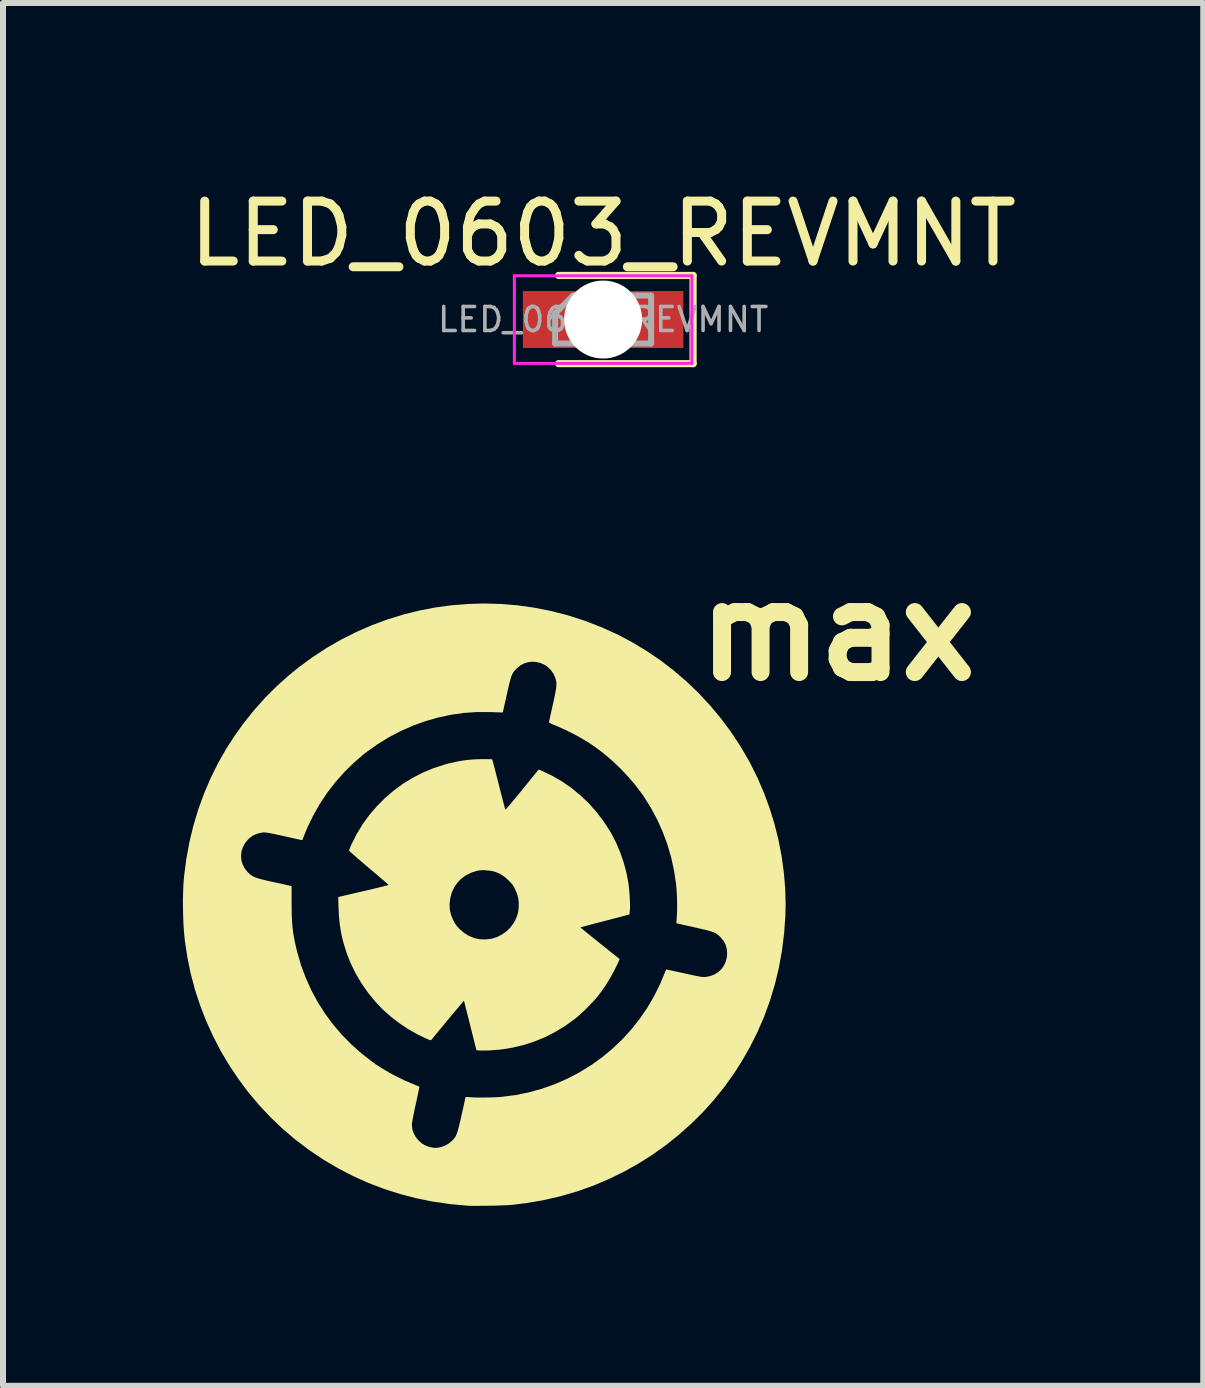
<source format=kicad_pcb>
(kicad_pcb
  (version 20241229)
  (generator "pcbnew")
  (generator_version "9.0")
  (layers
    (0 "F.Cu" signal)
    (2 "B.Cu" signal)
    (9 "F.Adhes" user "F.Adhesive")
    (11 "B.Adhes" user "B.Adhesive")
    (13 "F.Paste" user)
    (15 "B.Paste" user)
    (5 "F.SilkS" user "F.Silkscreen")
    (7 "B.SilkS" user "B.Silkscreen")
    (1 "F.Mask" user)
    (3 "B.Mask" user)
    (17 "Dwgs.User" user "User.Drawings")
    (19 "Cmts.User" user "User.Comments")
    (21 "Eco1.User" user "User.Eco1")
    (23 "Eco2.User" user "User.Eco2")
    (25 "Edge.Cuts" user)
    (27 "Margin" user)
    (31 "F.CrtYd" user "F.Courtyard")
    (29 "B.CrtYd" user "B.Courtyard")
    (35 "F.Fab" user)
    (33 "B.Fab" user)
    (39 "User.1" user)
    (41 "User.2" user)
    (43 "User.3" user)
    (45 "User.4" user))
  (footprint "LED_0603_REVMNT"
    (layer "F.Cu")
    (at 7.006 2.278)
    (property "Reference" "LED_0603_REVMNT" (at 0 -1.43 0) (layer "F.SilkS") (effects (font (size 1 1) (thickness 0.15))))
    (attr smd)
    (fp_line (start -0.743 0.735) (end 1.5 0.735) (stroke (width 0.12) (type solid)) (layer "F.SilkS"))
    (fp_line (start 1.5 -0.735) (end -0.743 -0.735) (stroke (width 0.12) (type solid)) (layer "F.SilkS"))
    (fp_line (start 1.5 -0.735) (end 1.5 0.735) (stroke (width 0.12) (type solid)) (layer "F.SilkS"))
    (fp_line (start -1.48 -0.73) (end 1.48 -0.73) (stroke (width 0.05) (type solid)) (layer "F.CrtYd"))
    (fp_line (start -1.48 0.73) (end -1.48 -0.73) (stroke (width 0.05) (type solid)) (layer "F.CrtYd"))
    (fp_line (start 1.48 -0.73) (end 1.48 0.73) (stroke (width 0.05) (type solid)) (layer "F.CrtYd"))
    (fp_line (start 1.48 0.73) (end -1.48 0.73) (stroke (width 0.05) (type solid)) (layer "F.CrtYd"))
    (fp_line (start -0.8 -0.1) (end -0.8 0.4) (stroke (width 0.1) (type solid)) (layer "F.Fab"))
    (fp_line (start -0.8 0.4) (end 0.8 0.4) (stroke (width 0.1) (type solid)) (layer "F.Fab"))
    (fp_line (start -0.5 -0.4) (end -0.8 -0.1) (stroke (width 0.1) (type solid)) (layer "F.Fab"))
    (fp_line (start 0.8 -0.4) (end -0.5 -0.4) (stroke (width 0.1) (type solid)) (layer "F.Fab"))
    (fp_line (start 0.8 0.4) (end 0.8 -0.4) (stroke (width 0.1) (type solid)) (layer "F.Fab"))
    (fp_text user "${REFERENCE}" (at 0 0 0) (layer "F.Fab") (effects (font (size 0.4 0.4) (thickness 0.06))))
    (pad "" np_thru_hole circle (at 0 0) (size 1.3 1.3) (drill 1.3) (layers "*.Cu" "*.Mask"))
    (pad "1" smd rect (at -0.869 0) (size 0.938 0.95) (layers "F.Cu" "F.Mask" "F.Paste"))
    (pad "2" smd rect (at 0.869 0) (size 0.938 0.95) (layers "F.Cu" "F.Mask" "F.Paste")))
  (footprint "max"
    (layer "F.Cu")
    (at 5.017 12.027)
    (property "Reference" "max" (at 5.9 -4.55 0) (layer "F.SilkS") (effects (font (size 1.5 1.5) (thickness 0.3))))
    (attr board_only exclude_from_pos_files exclude_from_bom)
    (fp_poly (pts (xy 0.074 -2.419) (xy 0.108 -2.419) (xy 0.13 -2.418) (xy 0.139 -2.416) (xy 0.139 -2.416) (xy 0.142 -2.408) (xy 0.148 -2.385) (xy 0.158 -2.35) (xy 0.17 -2.304) (xy 0.185 -2.248) (xy 0.201 -2.183) (xy 0.22 -2.112) (xy 0.239 -2.035) (xy 0.249 -1.996) (xy 0.269 -1.917) (xy 0.288 -1.843) (xy 0.306 -1.775) (xy 0.321 -1.715) (xy 0.335 -1.663) (xy 0.346 -1.622) (xy 0.354 -1.593) (xy 0.358 -1.578) (xy 0.359 -1.576) (xy 0.365 -1.581) (xy 0.38 -1.597) (xy 0.403 -1.624) (xy 0.434 -1.659) (xy 0.47 -1.703) (xy 0.512 -1.754) (xy 0.559 -1.81) (xy 0.609 -1.871) (xy 0.64 -1.909) (xy 0.915 -2.247) (xy 0.976 -2.221) (xy 1.146 -2.139) (xy 1.31 -2.044) (xy 1.466 -1.935) (xy 1.614 -1.813) (xy 1.753 -1.68) (xy 1.881 -1.535) (xy 1.999 -1.381) (xy 2.104 -1.218) (xy 2.132 -1.169) (xy 2.207 -1.023) (xy 2.274 -0.865) (xy 2.33 -0.702) (xy 2.375 -0.536) (xy 2.407 -0.372) (xy 2.409 -0.364) (xy 2.417 -0.303) (xy 2.424 -0.235) (xy 2.43 -0.163) (xy 2.434 -0.092) (xy 2.437 -0.025) (xy 2.438 0.034) (xy 2.437 0.083) (xy 2.435 0.099) (xy 2.429 0.17) (xy 2.021 0.277) (xy 1.943 0.297) (xy 1.87 0.316) (xy 1.803 0.334) (xy 1.744 0.35) (xy 1.694 0.363) (xy 1.655 0.374) (xy 1.627 0.381) (xy 1.613 0.385) (xy 1.611 0.386) (xy 1.617 0.391) (xy 1.634 0.405) (xy 1.661 0.428) (xy 1.697 0.458) (xy 1.741 0.494) (xy 1.792 0.535) (xy 1.849 0.58) (xy 1.91 0.63) (xy 1.936 0.651) (xy 2.263 0.913) (xy 2.254 0.938) (xy 2.248 0.953) (xy 2.236 0.98) (xy 2.219 1.015) (xy 2.199 1.056) (xy 2.18 1.095) (xy 2.109 1.225) (xy 2.03 1.354) (xy 1.944 1.476) (xy 1.905 1.527) (xy 1.862 1.579) (xy 1.809 1.636) (xy 1.751 1.697) (xy 1.69 1.758) (xy 1.629 1.816) (xy 1.572 1.867) (xy 1.53 1.902) (xy 1.367 2.021) (xy 1.198 2.125) (xy 1.023 2.215) (xy 0.842 2.289) (xy 0.656 2.349) (xy 0.465 2.394) (xy 0.27 2.424) (xy 0.072 2.438) (xy -0.006 2.439) (xy -0.055 2.439) (xy -0.09 2.437) (xy -0.111 2.435) (xy -0.122 2.431) (xy -0.124 2.429) (xy -0.127 2.42) (xy -0.133 2.396) (xy -0.142 2.36) (xy -0.154 2.313) (xy -0.168 2.256) (xy -0.184 2.192) (xy -0.202 2.12) (xy -0.221 2.044) (xy -0.228 2.015) (xy -0.248 1.938) (xy -0.266 1.865) (xy -0.283 1.798) (xy -0.298 1.74) (xy -0.31 1.69) (xy -0.32 1.651) (xy -0.327 1.624) (xy -0.331 1.61) (xy -0.332 1.609) (xy -0.337 1.615) (xy -0.351 1.631) (xy -0.374 1.658) (xy -0.403 1.693) (xy -0.438 1.735) (xy -0.478 1.782) (xy -0.522 1.835) (xy -0.569 1.89) (xy -0.617 1.948) (xy -0.665 2.007) (xy -0.713 2.064) (xy -0.759 2.12) (xy -0.803 2.173) (xy -0.842 2.221) (xy -0.872 2.257) (xy -0.879 2.264) (xy -0.887 2.267) (xy -0.899 2.265) (xy -0.919 2.257) (xy -0.95 2.244) (xy -0.952 2.243) (xy -1.106 2.17) (xy -1.259 2.083) (xy -1.406 1.985) (xy -1.547 1.877) (xy -1.677 1.762) (xy -1.79 1.645) (xy -1.92 1.489) (xy -2.035 1.327) (xy -2.135 1.158) (xy -2.221 0.983) (xy -2.292 0.801) (xy -2.349 0.612) (xy -2.369 0.527) (xy -2.39 0.416) (xy -2.406 0.302) (xy -2.417 0.18) (xy -2.422 0.058) (xy -2.424 0.007) (xy -0.57 0.007) (xy -0.569 0.069) (xy -0.561 0.123) (xy -0.547 0.176) (xy -0.525 0.232) (xy -0.507 0.271) (xy -0.487 0.309) (xy -0.468 0.34) (xy -0.445 0.369) (xy -0.415 0.401) (xy -0.401 0.416) (xy -0.326 0.48) (xy -0.245 0.529) (xy -0.159 0.564) (xy -0.068 0.583) (xy 0.026 0.587) (xy 0.124 0.575) (xy 0.143 0.571) (xy 0.226 0.544) (xy 0.305 0.503) (xy 0.379 0.45) (xy 0.443 0.387) (xy 0.496 0.316) (xy 0.523 0.268) (xy 0.548 0.211) (xy 0.565 0.159) (xy 0.576 0.105) (xy 0.582 0.043) (xy 0.582 0.038) (xy 0.582 -0.037) (xy 0.573 -0.106) (xy 0.554 -0.173) (xy 0.524 -0.245) (xy 0.523 -0.249) (xy 0.505 -0.284) (xy 0.488 -0.313) (xy 0.468 -0.339) (xy 0.442 -0.367) (xy 0.413 -0.397) (xy 0.345 -0.458) (xy 0.275 -0.504) (xy 0.202 -0.536) (xy 0.123 -0.557) (xy 0.034 -0.566) (xy 0.032 -0.567) (xy -0.014 -0.568) (xy -0.049 -0.567) (xy -0.08 -0.564) (xy -0.113 -0.557) (xy -0.128 -0.554) (xy -0.22 -0.523) (xy -0.304 -0.479) (xy -0.378 -0.424) (xy -0.442 -0.358) (xy -0.493 -0.283) (xy -0.533 -0.2) (xy -0.558 -0.11) (xy -0.57 -0.015) (xy -0.57 0.007) (xy -2.424 0.007) (xy -2.427 -0.119) (xy -2.4 -0.127) (xy -2.387 -0.13) (xy -2.36 -0.136) (xy -2.321 -0.146) (xy -2.27 -0.157) (xy -2.211 -0.171) (xy -2.144 -0.187) (xy -2.071 -0.204) (xy -1.994 -0.222) (xy -1.979 -0.225) (xy -1.902 -0.243) (xy -1.83 -0.26) (xy -1.765 -0.276) (xy -1.708 -0.29) (xy -1.66 -0.302) (xy -1.623 -0.311) (xy -1.598 -0.318) (xy -1.587 -0.322) (xy -1.587 -0.322) (xy -1.593 -0.328) (xy -1.61 -0.344) (xy -1.638 -0.367) (xy -1.674 -0.399) (xy -1.718 -0.436) (xy -1.768 -0.479) (xy -1.824 -0.527) (xy -1.885 -0.578) (xy -1.917 -0.605) (xy -1.979 -0.658) (xy -2.037 -0.708) (xy -2.091 -0.754) (xy -2.138 -0.795) (xy -2.179 -0.83) (xy -2.211 -0.859) (xy -2.233 -0.879) (xy -2.245 -0.891) (xy -2.247 -0.893) (xy -2.245 -0.904) (xy -2.237 -0.926) (xy -2.225 -0.957) (xy -2.209 -0.993) (xy -2.207 -0.998) (xy -2.12 -1.17) (xy -2.02 -1.335) (xy -1.908 -1.49) (xy -1.783 -1.635) (xy -1.648 -1.771) (xy -1.503 -1.895) (xy -1.349 -2.008) (xy -1.186 -2.108) (xy -1.015 -2.196) (xy -0.837 -2.27) (xy -0.654 -2.329) (xy -0.596 -2.345) (xy -0.479 -2.372) (xy -0.37 -2.393) (xy -0.264 -2.407) (xy -0.155 -2.416) (xy -0.038 -2.42) (xy -0.015 -2.42) (xy 0.033 -2.42)) (stroke (width 0) (type solid)) (fill yes) (layer "F.SilkS"))
    (fp_poly (pts (xy 0.284 -5.007) (xy 0.56 -4.984) (xy 0.835 -4.946) (xy 1.109 -4.892) (xy 1.381 -4.823) (xy 1.65 -4.738) (xy 1.716 -4.715) (xy 1.978 -4.612) (xy 2.233 -4.496) (xy 2.479 -4.365) (xy 2.718 -4.221) (xy 2.948 -4.065) (xy 3.168 -3.896) (xy 3.379 -3.715) (xy 3.58 -3.522) (xy 3.77 -3.318) (xy 3.949 -3.104) (xy 4.117 -2.879) (xy 4.273 -2.644) (xy 4.416 -2.399) (xy 4.443 -2.349) (xy 4.564 -2.106) (xy 4.672 -1.855) (xy 4.766 -1.599) (xy 4.847 -1.337) (xy 4.913 -1.071) (xy 4.965 -0.803) (xy 5.002 -0.533) (xy 5.025 -0.263) (xy 5.032 0.006) (xy 5.027 0.205) (xy 5.006 0.495) (xy 4.97 0.781) (xy 4.919 1.06) (xy 4.853 1.335) (xy 4.772 1.604) (xy 4.676 1.868) (xy 4.565 2.125) (xy 4.439 2.377) (xy 4.299 2.622) (xy 4.184 2.802) (xy 4.022 3.031) (xy 3.847 3.249) (xy 3.662 3.457) (xy 3.465 3.653) (xy 3.257 3.839) (xy 3.04 4.013) (xy 2.814 4.174) (xy 2.579 4.323) (xy 2.337 4.459) (xy 2.087 4.581) (xy 1.83 4.69) (xy 1.567 4.784) (xy 1.298 4.863) (xy 1.252 4.875) (xy 0.983 4.936) (xy 0.705 4.983) (xy 0.472 5.012) (xy 0.435 5.015) (xy 0.385 5.018) (xy 0.324 5.02) (xy 0.256 5.022) (xy 0.182 5.025) (xy 0.105 5.026) (xy 0.028 5.028) (xy -0.047 5.028) (xy -0.116 5.029) (xy -0.177 5.029) (xy -0.228 5.028) (xy -0.266 5.026) (xy -0.268 5.026) (xy -0.557 5) (xy -0.842 4.959) (xy -1.121 4.903) (xy -1.395 4.832) (xy -1.664 4.746) (xy -1.926 4.646) (xy -2.182 4.531) (xy -2.431 4.402) (xy -2.673 4.259) (xy -2.907 4.102) (xy -3.134 3.931) (xy -3.149 3.919) (xy -3.361 3.738) (xy -3.561 3.547) (xy -3.751 3.344) (xy -3.929 3.132) (xy -4.094 2.91) (xy -4.248 2.68) (xy -4.389 2.442) (xy -4.516 2.196) (xy -4.63 1.944) (xy -4.73 1.687) (xy -4.816 1.424) (xy -4.887 1.157) (xy -4.943 0.886) (xy -4.984 0.612) (xy -4.989 0.567) (xy -5 0.454) (xy -5.008 0.331) (xy -5.013 0.202) (xy -5.016 0.07) (xy -5.017 -0.063) (xy -5.014 -0.191) (xy -5.01 -0.312) (xy -5.002 -0.422) (xy -4.998 -0.465) (xy -4.961 -0.753) (xy -4.95 -0.811) (xy -4.048 -0.811) (xy -4.043 -0.738) (xy -4.023 -0.668) (xy -3.989 -0.601) (xy -3.94 -0.539) (xy -3.932 -0.531) (xy -3.911 -0.51) (xy -3.889 -0.492) (xy -3.867 -0.476) (xy -3.841 -0.462) (xy -3.811 -0.448) (xy -3.774 -0.435) (xy -3.729 -0.422) (xy -3.675 -0.408) (xy -3.609 -0.392) (xy -3.53 -0.374) (xy -3.485 -0.365) (xy -3.205 -0.303) (xy -3.205 -0.018) (xy -3.204 0.098) (xy -3.202 0.201) (xy -3.197 0.295) (xy -3.19 0.382) (xy -3.18 0.464) (xy -3.167 0.547) (xy -3.15 0.631) (xy -3.13 0.722) (xy -3.112 0.795) (xy -3.048 1.015) (xy -2.969 1.227) (xy -2.877 1.432) (xy -2.771 1.629) (xy -2.651 1.818) (xy -2.518 1.999) (xy -2.372 2.17) (xy -2.213 2.333) (xy -2.041 2.486) (xy -1.857 2.629) (xy -1.809 2.664) (xy -1.727 2.718) (xy -1.634 2.774) (xy -1.533 2.831) (xy -1.429 2.885) (xy -1.324 2.936) (xy -1.222 2.98) (xy -1.196 2.991) (xy -1.155 3.007) (xy -1.121 3.022) (xy -1.094 3.033) (xy -1.078 3.04) (xy -1.075 3.042) (xy -1.076 3.05) (xy -1.08 3.073) (xy -1.087 3.107) (xy -1.096 3.152) (xy -1.107 3.205) (xy -1.12 3.266) (xy -1.134 3.331) (xy -1.136 3.337) (xy -1.152 3.411) (xy -1.166 3.479) (xy -1.178 3.539) (xy -1.188 3.591) (xy -1.195 3.632) (xy -1.2 3.661) (xy -1.2 3.672) (xy -1.193 3.746) (xy -1.171 3.815) (xy -1.136 3.879) (xy -1.091 3.936) (xy -1.036 3.985) (xy -0.973 4.023) (xy -0.904 4.049) (xy -0.83 4.061) (xy -0.812 4.062) (xy -0.787 4.061) (xy -0.755 4.057) (xy -0.726 4.051) (xy -0.654 4.028) (xy -0.587 3.991) (xy -0.529 3.943) (xy -0.51 3.923) (xy -0.493 3.903) (xy -0.478 3.881) (xy -0.464 3.857) (xy -0.452 3.828) (xy -0.439 3.792) (xy -0.427 3.749) (xy -0.413 3.695) (xy -0.397 3.63) (xy -0.379 3.553) (xy -0.369 3.505) (xy -0.354 3.439) (xy -0.34 3.379) (xy -0.329 3.325) (xy -0.319 3.28) (xy -0.311 3.245) (xy -0.306 3.223) (xy -0.304 3.214) (xy -0.304 3.214) (xy -0.297 3.213) (xy -0.277 3.214) (xy -0.249 3.216) (xy -0.238 3.216) (xy -0.186 3.22) (xy -0.123 3.222) (xy -0.051 3.222) (xy 0.026 3.222) (xy 0.102 3.221) (xy 0.176 3.219) (xy 0.242 3.216) (xy 0.297 3.211) (xy 0.297 3.211) (xy 0.525 3.182) (xy 0.748 3.137) (xy 0.966 3.077) (xy 1.179 3.002) (xy 1.385 2.912) (xy 1.585 2.808) (xy 1.779 2.689) (xy 1.789 2.683) (xy 1.973 2.551) (xy 2.146 2.407) (xy 2.308 2.253) (xy 2.459 2.088) (xy 2.597 1.913) (xy 2.723 1.73) (xy 2.836 1.538) (xy 2.935 1.339) (xy 2.994 1.199) (xy 3.009 1.161) (xy 3.022 1.128) (xy 3.032 1.103) (xy 3.038 1.09) (xy 3.039 1.088) (xy 3.047 1.089) (xy 3.069 1.093) (xy 3.103 1.1) (xy 3.147 1.109) (xy 3.201 1.121) (xy 3.261 1.134) (xy 3.327 1.148) (xy 3.339 1.151) (xy 3.416 1.168) (xy 3.48 1.182) (xy 3.532 1.193) (xy 3.573 1.201) (xy 3.606 1.207) (xy 3.631 1.211) (xy 3.652 1.213) (xy 3.67 1.213) (xy 3.686 1.213) (xy 3.694 1.212) (xy 3.773 1.198) (xy 3.845 1.171) (xy 3.908 1.131) (xy 3.962 1.081) (xy 4.005 1.02) (xy 4.036 0.952) (xy 4.053 0.876) (xy 4.057 0.818) (xy 4.05 0.74) (xy 4.03 0.67) (xy 3.994 0.606) (xy 3.943 0.546) (xy 3.934 0.537) (xy 3.914 0.519) (xy 3.894 0.503) (xy 3.873 0.489) (xy 3.849 0.476) (xy 3.82 0.464) (xy 3.785 0.452) (xy 3.742 0.439) (xy 3.69 0.426) (xy 3.625 0.411) (xy 3.548 0.393) (xy 3.504 0.383) (xy 3.439 0.368) (xy 3.378 0.355) (xy 3.324 0.343) (xy 3.279 0.332) (xy 3.244 0.324) (xy 3.221 0.319) (xy 3.211 0.316) (xy 3.211 0.316) (xy 3.211 0.308) (xy 3.212 0.287) (xy 3.214 0.255) (xy 3.217 0.216) (xy 3.218 0.199) (xy 3.222 0.124) (xy 3.223 0.038) (xy 3.222 -0.054) (xy 3.219 -0.149) (xy 3.214 -0.241) (xy 3.206 -0.326) (xy 3.205 -0.337) (xy 3.172 -0.559) (xy 3.124 -0.779) (xy 3.061 -0.995) (xy 2.983 -1.206) (xy 2.891 -1.411) (xy 2.785 -1.609) (xy 2.666 -1.799) (xy 2.644 -1.83) (xy 2.534 -1.977) (xy 2.411 -2.122) (xy 2.278 -2.263) (xy 2.138 -2.396) (xy 1.993 -2.519) (xy 1.866 -2.615) (xy 1.752 -2.692) (xy 1.627 -2.768) (xy 1.495 -2.84) (xy 1.361 -2.907) (xy 1.229 -2.966) (xy 1.184 -2.984) (xy 1.141 -3.002) (xy 1.11 -3.017) (xy 1.091 -3.028) (xy 1.086 -3.034) (xy 1.088 -3.044) (xy 1.093 -3.068) (xy 1.101 -3.104) (xy 1.111 -3.15) (xy 1.123 -3.204) (xy 1.136 -3.264) (xy 1.149 -3.321) (xy 1.168 -3.406) (xy 1.183 -3.477) (xy 1.194 -3.537) (xy 1.203 -3.586) (xy 1.208 -3.627) (xy 1.21 -3.661) (xy 1.21 -3.691) (xy 1.207 -3.718) (xy 1.201 -3.743) (xy 1.194 -3.769) (xy 1.193 -3.772) (xy 1.161 -3.843) (xy 1.119 -3.904) (xy 1.068 -3.954) (xy 1.01 -3.994) (xy 0.946 -4.022) (xy 0.878 -4.039) (xy 0.808 -4.044) (xy 0.739 -4.036) (xy 0.671 -4.015) (xy 0.606 -3.98) (xy 0.547 -3.932) (xy 0.541 -3.926) (xy 0.522 -3.906) (xy 0.505 -3.886) (xy 0.49 -3.865) (xy 0.477 -3.842) (xy 0.465 -3.814) (xy 0.453 -3.78) (xy 0.441 -3.738) (xy 0.427 -3.687) (xy 0.412 -3.625) (xy 0.395 -3.55) (xy 0.381 -3.488) (xy 0.316 -3.197) (xy 0.288 -3.198) (xy 0.272 -3.199) (xy 0.242 -3.2) (xy 0.202 -3.201) (xy 0.156 -3.203) (xy 0.105 -3.205) (xy 0.1 -3.205) (xy -0.117 -3.205) (xy -0.333 -3.19) (xy -0.549 -3.159) (xy -0.763 -3.113) (xy -0.974 -3.053) (xy -1.181 -2.978) (xy -1.383 -2.889) (xy -1.579 -2.787) (xy -1.768 -2.671) (xy -1.95 -2.542) (xy -2.001 -2.503) (xy -2.168 -2.359) (xy -2.326 -2.204) (xy -2.473 -2.038) (xy -2.609 -1.863) (xy -2.732 -1.678) (xy -2.841 -1.487) (xy -2.937 -1.289) (xy -2.985 -1.175) (xy -3.027 -1.068) (xy -3.304 -1.129) (xy -3.387 -1.148) (xy -3.456 -1.163) (xy -3.512 -1.175) (xy -3.558 -1.184) (xy -3.595 -1.191) (xy -3.625 -1.195) (xy -3.65 -1.197) (xy -3.67 -1.198) (xy -3.689 -1.196) (xy -3.707 -1.194) (xy -3.726 -1.19) (xy -3.726 -1.19) (xy -3.795 -1.171) (xy -3.854 -1.143) (xy -3.907 -1.103) (xy -3.93 -1.081) (xy -3.981 -1.02) (xy -4.017 -0.954) (xy -4.04 -0.883) (xy -4.048 -0.811) (xy -4.95 -0.811) (xy -4.909 -1.036) (xy -4.842 -1.313) (xy -4.76 -1.584) (xy -4.664 -1.848) (xy -4.554 -2.105) (xy -4.43 -2.356) (xy -4.291 -2.599) (xy -4.138 -2.835) (xy -4.007 -3.016) (xy -3.832 -3.235) (xy -3.648 -3.441) (xy -3.453 -3.636) (xy -3.247 -3.82) (xy -3.077 -3.958) (xy -2.849 -4.125) (xy -2.613 -4.278) (xy -2.371 -4.417) (xy -2.122 -4.542) (xy -1.869 -4.652) (xy -1.61 -4.748) (xy -1.347 -4.829) (xy -1.081 -4.896) (xy -0.811 -4.948) (xy -0.54 -4.985) (xy -0.266 -5.007) (xy 0.009 -5.015)) (stroke (width 0) (type solid)) (fill yes) (layer "F.SilkS")))
  (gr_rect
    (start -3 -3)
    (end 17.012 20.056)
    (stroke (width 0.1) (type default))
    (fill no)
    (layer "Edge.Cuts")))
</source>
